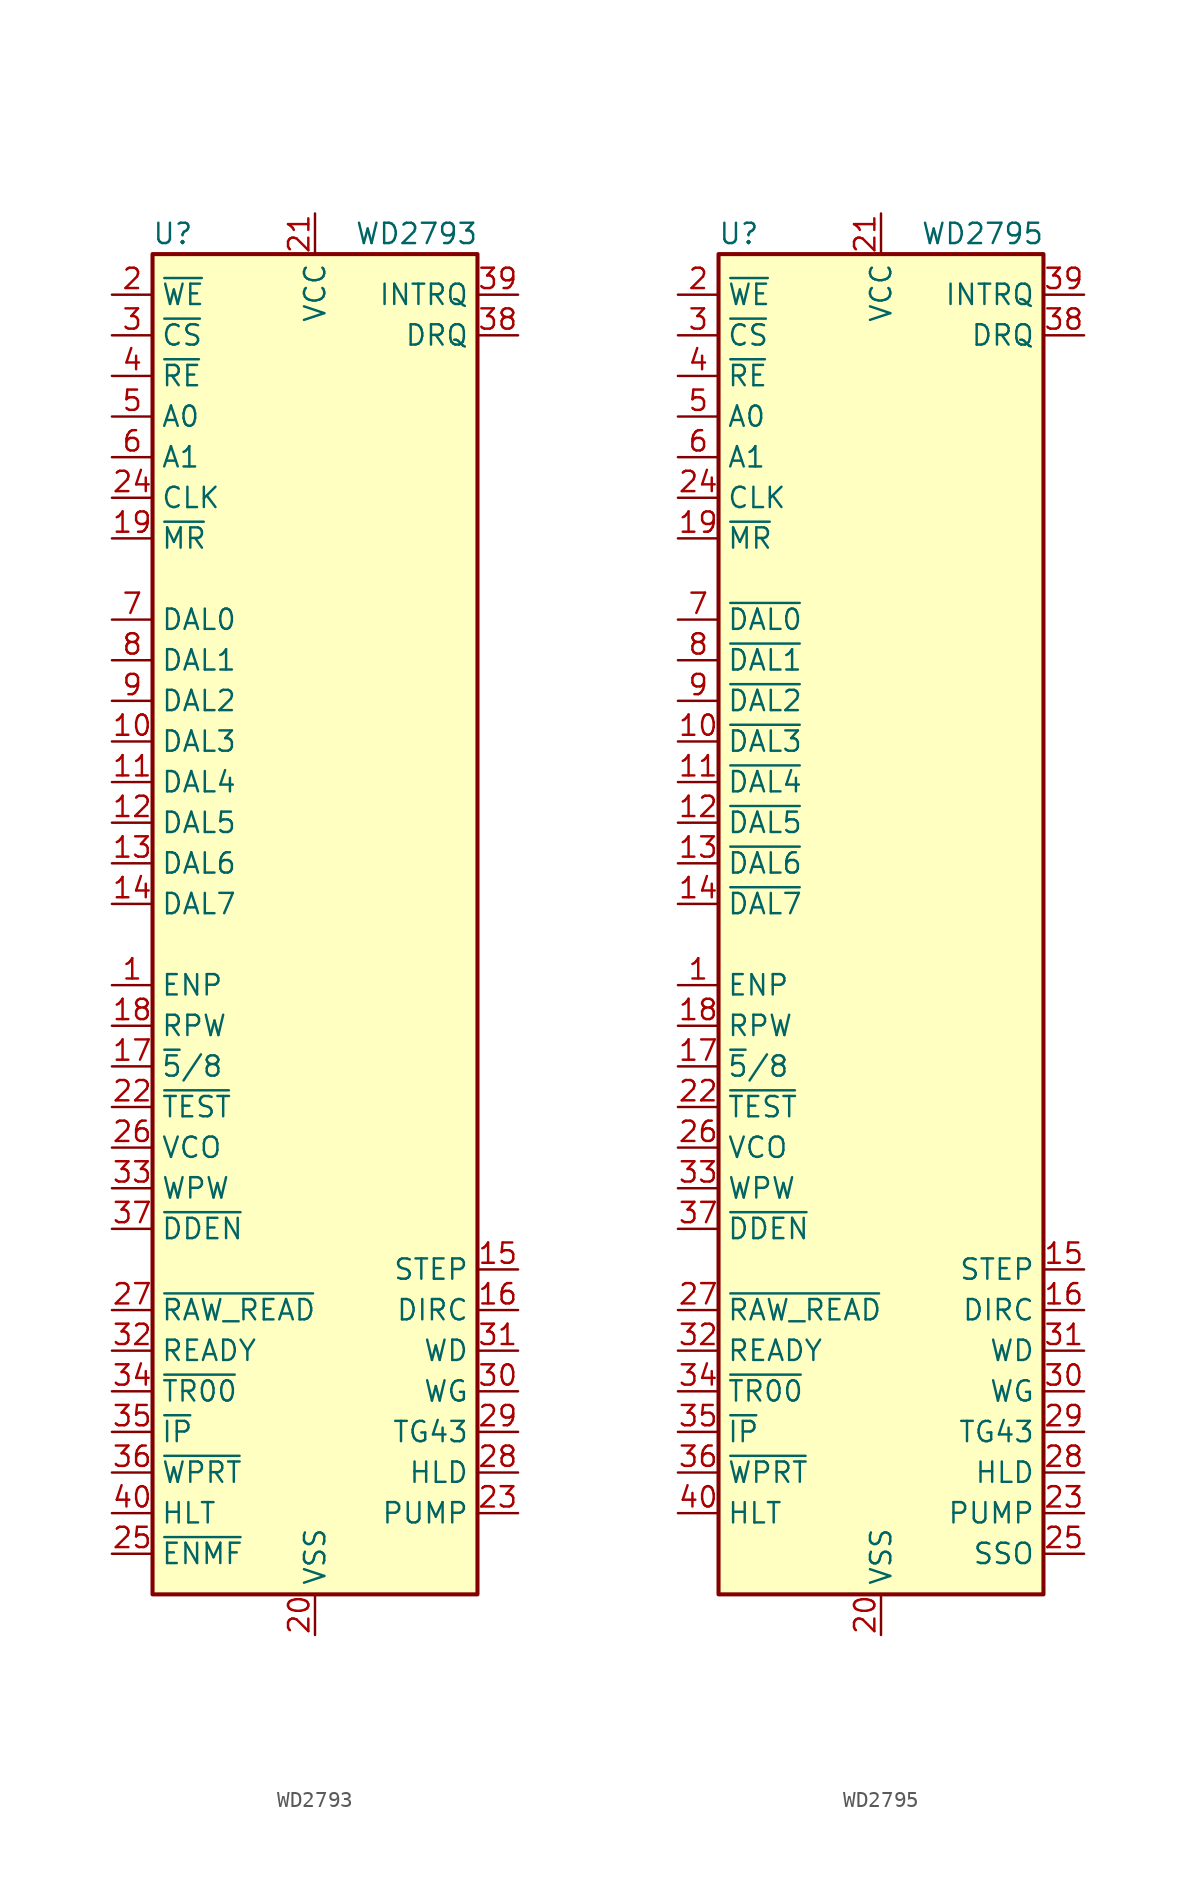
<source format=kicad_sym>
(kicad_symbol_lib
  (version 20241209)
  (generator "kicad_symbol_editor")
  (generator_version "9.0")
  (symbol "WD2793"
    (property "Reference" "U"
      (at -8.89 44.45 0)
      (effects (font (size 1.27 1.27))))
    (property "Value" "WD2793"
      (at 6.35 44.45 0)
      (effects (font (size 1.27 1.27))))
    (symbol "WD2793_0_1"
      (rectangle (start -10.16 43.18) (end 10.16 -40.64) (stroke (width 0.254) (type default)) (fill (type background))))
    (symbol "WD2793_1_1"
      (pin input line (at -12.7 40.64 0) (length 2.54) (name "~{WE}" (effects (font (size 1.27 1.27)))) (number "2" (effects (font (size 1.27 1.27)))))
      (pin input line (at -12.7 38.1 0) (length 2.54) (name "~{CS}" (effects (font (size 1.27 1.27)))) (number "3" (effects (font (size 1.27 1.27)))))
      (pin input line (at -12.7 35.56 0) (length 2.54) (name "~{RE}" (effects (font (size 1.27 1.27)))) (number "4" (effects (font (size 1.27 1.27)))))
      (pin input line (at -12.7 33.02 0) (length 2.54) (name "A0" (effects (font (size 1.27 1.27)))) (number "5" (effects (font (size 1.27 1.27)))))
      (pin input line (at -12.7 30.48 0) (length 2.54) (name "A1" (effects (font (size 1.27 1.27)))) (number "6" (effects (font (size 1.27 1.27)))))
      (pin input line (at -12.7 27.94 0) (length 2.54) (name "CLK" (effects (font (size 1.27 1.27)))) (number "24" (effects (font (size 1.27 1.27)))))
      (pin input line (at -12.7 25.4 0) (length 2.54) (name "~{MR}" (effects (font (size 1.27 1.27)))) (number "19" (effects (font (size 1.27 1.27)))))
      (pin tri_state line (at -12.7 20.32 0) (length 2.54) (name "DAL0" (effects (font (size 1.27 1.27)))) (number "7" (effects (font (size 1.27 1.27)))))
      (pin tri_state line (at -12.7 17.78 0) (length 2.54) (name "DAL1" (effects (font (size 1.27 1.27)))) (number "8" (effects (font (size 1.27 1.27)))))
      (pin tri_state line (at -12.7 15.24 0) (length 2.54) (name "DAL2" (effects (font (size 1.27 1.27)))) (number "9" (effects (font (size 1.27 1.27)))))
      (pin tri_state line (at -12.7 12.7 0) (length 2.54) (name "DAL3" (effects (font (size 1.27 1.27)))) (number "10" (effects (font (size 1.27 1.27)))))
      (pin tri_state line (at -12.7 10.16 0) (length 2.54) (name "DAL4" (effects (font (size 1.27 1.27)))) (number "11" (effects (font (size 1.27 1.27)))))
      (pin tri_state line (at -12.7 7.62 0) (length 2.54) (name "DAL5" (effects (font (size 1.27 1.27)))) (number "12" (effects (font (size 1.27 1.27)))))
      (pin tri_state line (at -12.7 5.08 0) (length 2.54) (name "DAL6" (effects (font (size 1.27 1.27)))) (number "13" (effects (font (size 1.27 1.27)))))
      (pin tri_state line (at -12.7 2.54 0) (length 2.54) (name "DAL7" (effects (font (size 1.27 1.27)))) (number "14" (effects (font (size 1.27 1.27)))))
      (pin input line (at -12.7 -2.54 0) (length 2.54) (name "ENP" (effects (font (size 1.27 1.27)))) (number "1" (effects (font (size 1.27 1.27)))))
      (pin input line (at -12.7 -5.08 0) (length 2.54) (name "RPW" (effects (font (size 1.27 1.27)))) (number "18" (effects (font (size 1.27 1.27)))))
      (pin input line (at -12.7 -7.62 0) (length 2.54) (name "~{5}/8" (effects (font (size 1.27 1.27)))) (number "17" (effects (font (size 1.27 1.27)))))
      (pin input line (at -12.7 -10.16 0) (length 2.54) (name "~{TEST}" (effects (font (size 1.27 1.27)))) (number "22" (effects (font (size 1.27 1.27)))))
      (pin input line (at -12.7 -12.7 0) (length 2.54) (name "VCO" (effects (font (size 1.27 1.27)))) (number "26" (effects (font (size 1.27 1.27)))))
      (pin input line (at -12.7 -15.24 0) (length 2.54) (name "WPW" (effects (font (size 1.27 1.27)))) (number "33" (effects (font (size 1.27 1.27)))))
      (pin input line (at -12.7 -17.78 0) (length 2.54) (name "~{DDEN}" (effects (font (size 1.27 1.27)))) (number "37" (effects (font (size 1.27 1.27)))))
      (pin input line (at -12.7 -22.86 0) (length 2.54) (name "~{RAW_READ}" (effects (font (size 1.27 1.27)))) (number "27" (effects (font (size 1.27 1.27)))))
      (pin input line (at -12.7 -25.4 0) (length 2.54) (name "READY" (effects (font (size 1.27 1.27)))) (number "32" (effects (font (size 1.27 1.27)))))
      (pin input line (at -12.7 -27.94 0) (length 2.54) (name "~{TR00}" (effects (font (size 1.27 1.27)))) (number "34" (effects (font (size 1.27 1.27)))))
      (pin input line (at -12.7 -30.48 0) (length 2.54) (name "~{IP}" (effects (font (size 1.27 1.27)))) (number "35" (effects (font (size 1.27 1.27)))))
      (pin input line (at -12.7 -33.02 0) (length 2.54) (name "~{WPRT}" (effects (font (size 1.27 1.27)))) (number "36" (effects (font (size 1.27 1.27)))))
      (pin input line (at -12.7 -35.56 0) (length 2.54) (name "HLT" (effects (font (size 1.27 1.27)))) (number "40" (effects (font (size 1.27 1.27)))))
      (pin input line (at -12.7 -38.1 0) (length 2.54) (name "~{ENMF}" (effects (font (size 1.27 1.27)))) (number "25" (effects (font (size 1.27 1.27)))))
      (pin power_in line (at 0 45.72 270) (length 2.54) (name "VCC" (effects (font (size 1.27 1.27)))) (number "21" (effects (font (size 1.27 1.27)))))
      (pin power_in line (at 0 -43.18 90) (length 2.54) (name "VSS" (effects (font (size 1.27 1.27)))) (number "20" (effects (font (size 1.27 1.27)))))
      (pin output line (at 12.7 40.64 180) (length 2.54) (name "INTRQ" (effects (font (size 1.27 1.27)))) (number "39" (effects (font (size 1.27 1.27)))))
      (pin output line (at 12.7 38.1 180) (length 2.54) (name "DRQ" (effects (font (size 1.27 1.27)))) (number "38" (effects (font (size 1.27 1.27)))))
      (pin output line (at 12.7 -20.32 180) (length 2.54) (name "STEP" (effects (font (size 1.27 1.27)))) (number "15" (effects (font (size 1.27 1.27)))))
      (pin output line (at 12.7 -22.86 180) (length 2.54) (name "DIRC" (effects (font (size 1.27 1.27)))) (number "16" (effects (font (size 1.27 1.27)))))
      (pin output line (at 12.7 -25.4 180) (length 2.54) (name "WD" (effects (font (size 1.27 1.27)))) (number "31" (effects (font (size 1.27 1.27)))))
      (pin output line (at 12.7 -27.94 180) (length 2.54) (name "WG" (effects (font (size 1.27 1.27)))) (number "30" (effects (font (size 1.27 1.27)))))
      (pin output line (at 12.7 -30.48 180) (length 2.54) (name "TG43" (effects (font (size 1.27 1.27)))) (number "29" (effects (font (size 1.27 1.27)))))
      (pin output line (at 12.7 -33.02 180) (length 2.54) (name "HLD" (effects (font (size 1.27 1.27)))) (number "28" (effects (font (size 1.27 1.27)))))
      (pin output line (at 12.7 -35.56 180) (length 2.54) (name "PUMP" (effects (font (size 1.27 1.27)))) (number "23" (effects (font (size 1.27 1.27)))))))
  (symbol "WD2795"
    (property "Reference" "U"
      (at -8.89 44.45 0)
      (effects (font (size 1.27 1.27))))
    (property "Value" "WD2795"
      (at 6.35 44.45 0)
      (effects (font (size 1.27 1.27))))
    (symbol "WD2795_0_1"
      (rectangle (start -10.16 43.18) (end 10.16 -40.64) (stroke (width 0.254) (type default)) (fill (type background))))
    (symbol "WD2795_1_1"
      (pin input line (at -12.7 40.64 0) (length 2.54) (name "~{WE}" (effects (font (size 1.27 1.27)))) (number "2" (effects (font (size 1.27 1.27)))))
      (pin input line (at -12.7 38.1 0) (length 2.54) (name "~{CS}" (effects (font (size 1.27 1.27)))) (number "3" (effects (font (size 1.27 1.27)))))
      (pin input line (at -12.7 35.56 0) (length 2.54) (name "~{RE}" (effects (font (size 1.27 1.27)))) (number "4" (effects (font (size 1.27 1.27)))))
      (pin input line (at -12.7 33.02 0) (length 2.54) (name "A0" (effects (font (size 1.27 1.27)))) (number "5" (effects (font (size 1.27 1.27)))))
      (pin input line (at -12.7 30.48 0) (length 2.54) (name "A1" (effects (font (size 1.27 1.27)))) (number "6" (effects (font (size 1.27 1.27)))))
      (pin input line (at -12.7 27.94 0) (length 2.54) (name "CLK" (effects (font (size 1.27 1.27)))) (number "24" (effects (font (size 1.27 1.27)))))
      (pin input line (at -12.7 25.4 0) (length 2.54) (name "~{MR}" (effects (font (size 1.27 1.27)))) (number "19" (effects (font (size 1.27 1.27)))))
      (pin tri_state line (at -12.7 20.32 0) (length 2.54) (name "~{DAL0}" (effects (font (size 1.27 1.27)))) (number "7" (effects (font (size 1.27 1.27)))))
      (pin tri_state line (at -12.7 17.78 0) (length 2.54) (name "~{DAL1}" (effects (font (size 1.27 1.27)))) (number "8" (effects (font (size 1.27 1.27)))))
      (pin tri_state line (at -12.7 15.24 0) (length 2.54) (name "~{DAL2}" (effects (font (size 1.27 1.27)))) (number "9" (effects (font (size 1.27 1.27)))))
      (pin tri_state line (at -12.7 12.7 0) (length 2.54) (name "~{DAL3}" (effects (font (size 1.27 1.27)))) (number "10" (effects (font (size 1.27 1.27)))))
      (pin tri_state line (at -12.7 10.16 0) (length 2.54) (name "~{DAL4}" (effects (font (size 1.27 1.27)))) (number "11" (effects (font (size 1.27 1.27)))))
      (pin tri_state line (at -12.7 7.62 0) (length 2.54) (name "~{DAL5}" (effects (font (size 1.27 1.27)))) (number "12" (effects (font (size 1.27 1.27)))))
      (pin tri_state line (at -12.7 5.08 0) (length 2.54) (name "~{DAL6}" (effects (font (size 1.27 1.27)))) (number "13" (effects (font (size 1.27 1.27)))))
      (pin tri_state line (at -12.7 2.54 0) (length 2.54) (name "~{DAL7}" (effects (font (size 1.27 1.27)))) (number "14" (effects (font (size 1.27 1.27)))))
      (pin input line (at -12.7 -2.54 0) (length 2.54) (name "ENP" (effects (font (size 1.27 1.27)))) (number "1" (effects (font (size 1.27 1.27)))))
      (pin input line (at -12.7 -5.08 0) (length 2.54) (name "RPW" (effects (font (size 1.27 1.27)))) (number "18" (effects (font (size 1.27 1.27)))))
      (pin input line (at -12.7 -7.62 0) (length 2.54) (name "~{5}/8" (effects (font (size 1.27 1.27)))) (number "17" (effects (font (size 1.27 1.27)))))
      (pin input line (at -12.7 -10.16 0) (length 2.54) (name "~{TEST}" (effects (font (size 1.27 1.27)))) (number "22" (effects (font (size 1.27 1.27)))))
      (pin input line (at -12.7 -12.7 0) (length 2.54) (name "VCO" (effects (font (size 1.27 1.27)))) (number "26" (effects (font (size 1.27 1.27)))))
      (pin input line (at -12.7 -15.24 0) (length 2.54) (name "WPW" (effects (font (size 1.27 1.27)))) (number "33" (effects (font (size 1.27 1.27)))))
      (pin input line (at -12.7 -17.78 0) (length 2.54) (name "~{DDEN}" (effects (font (size 1.27 1.27)))) (number "37" (effects (font (size 1.27 1.27)))))
      (pin input line (at -12.7 -22.86 0) (length 2.54) (name "~{RAW_READ}" (effects (font (size 1.27 1.27)))) (number "27" (effects (font (size 1.27 1.27)))))
      (pin input line (at -12.7 -25.4 0) (length 2.54) (name "READY" (effects (font (size 1.27 1.27)))) (number "32" (effects (font (size 1.27 1.27)))))
      (pin input line (at -12.7 -27.94 0) (length 2.54) (name "~{TR00}" (effects (font (size 1.27 1.27)))) (number "34" (effects (font (size 1.27 1.27)))))
      (pin input line (at -12.7 -30.48 0) (length 2.54) (name "~{IP}" (effects (font (size 1.27 1.27)))) (number "35" (effects (font (size 1.27 1.27)))))
      (pin input line (at -12.7 -33.02 0) (length 2.54) (name "~{WPRT}" (effects (font (size 1.27 1.27)))) (number "36" (effects (font (size 1.27 1.27)))))
      (pin input line (at -12.7 -35.56 0) (length 2.54) (name "HLT" (effects (font (size 1.27 1.27)))) (number "40" (effects (font (size 1.27 1.27)))))
      (pin power_in line (at 0 45.72 270) (length 2.54) (name "VCC" (effects (font (size 1.27 1.27)))) (number "21" (effects (font (size 1.27 1.27)))))
      (pin power_in line (at 0 -43.18 90) (length 2.54) (name "VSS" (effects (font (size 1.27 1.27)))) (number "20" (effects (font (size 1.27 1.27)))))
      (pin output line (at 12.7 40.64 180) (length 2.54) (name "INTRQ" (effects (font (size 1.27 1.27)))) (number "39" (effects (font (size 1.27 1.27)))))
      (pin output line (at 12.7 38.1 180) (length 2.54) (name "DRQ" (effects (font (size 1.27 1.27)))) (number "38" (effects (font (size 1.27 1.27)))))
      (pin output line (at 12.7 -20.32 180) (length 2.54) (name "STEP" (effects (font (size 1.27 1.27)))) (number "15" (effects (font (size 1.27 1.27)))))
      (pin output line (at 12.7 -22.86 180) (length 2.54) (name "DIRC" (effects (font (size 1.27 1.27)))) (number "16" (effects (font (size 1.27 1.27)))))
      (pin output line (at 12.7 -25.4 180) (length 2.54) (name "WD" (effects (font (size 1.27 1.27)))) (number "31" (effects (font (size 1.27 1.27)))))
      (pin output line (at 12.7 -27.94 180) (length 2.54) (name "WG" (effects (font (size 1.27 1.27)))) (number "30" (effects (font (size 1.27 1.27)))))
      (pin output line (at 12.7 -30.48 180) (length 2.54) (name "TG43" (effects (font (size 1.27 1.27)))) (number "29" (effects (font (size 1.27 1.27)))))
      (pin output line (at 12.7 -33.02 180) (length 2.54) (name "HLD" (effects (font (size 1.27 1.27)))) (number "28" (effects (font (size 1.27 1.27)))))
      (pin output line (at 12.7 -35.56 180) (length 2.54) (name "PUMP" (effects (font (size 1.27 1.27)))) (number "23" (effects (font (size 1.27 1.27)))))
      (pin output line (at 12.7 -38.1 180) (length 2.54) (name "SSO" (effects (font (size 1.27 1.27)))) (number "25" (effects (font (size 1.27 1.27))))))))
</source>
